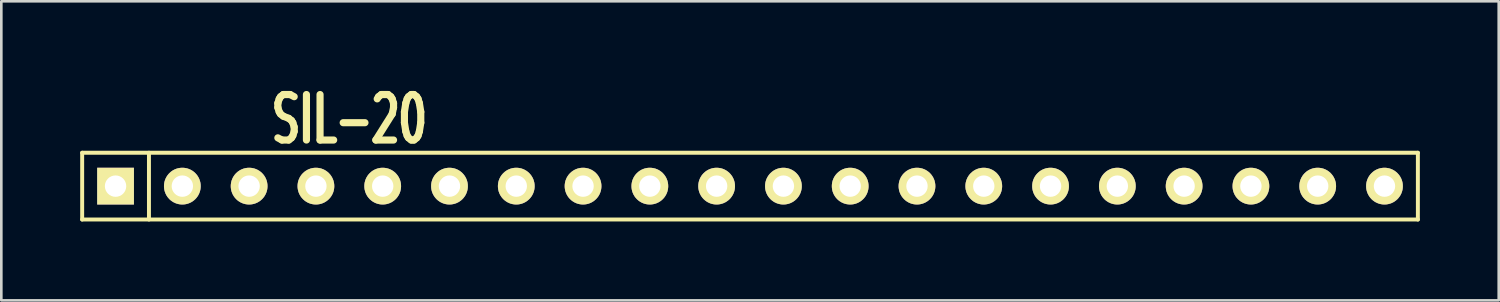
<source format=kicad_pcb>
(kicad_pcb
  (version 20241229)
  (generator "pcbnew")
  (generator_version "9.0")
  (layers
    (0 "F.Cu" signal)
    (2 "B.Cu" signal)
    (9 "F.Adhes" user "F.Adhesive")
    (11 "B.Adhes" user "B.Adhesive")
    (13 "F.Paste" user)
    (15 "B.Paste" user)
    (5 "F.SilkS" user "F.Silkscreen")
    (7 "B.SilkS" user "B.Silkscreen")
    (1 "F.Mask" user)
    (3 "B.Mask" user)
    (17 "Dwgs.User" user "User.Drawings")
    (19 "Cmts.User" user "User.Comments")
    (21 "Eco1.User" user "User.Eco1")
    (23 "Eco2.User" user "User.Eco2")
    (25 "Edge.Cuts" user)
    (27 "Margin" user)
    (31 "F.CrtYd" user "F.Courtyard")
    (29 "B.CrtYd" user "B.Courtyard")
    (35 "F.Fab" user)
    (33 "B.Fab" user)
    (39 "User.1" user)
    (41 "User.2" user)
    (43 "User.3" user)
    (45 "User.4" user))
  (footprint "SIL-20"
    (layer "F.Cu")
    (at 22.935 4.029)
    (property "Reference" "SIL-20" (at -12.7 -2.54 0) (layer "F.SilkS") (effects (font (size 1.73 1.087) (thickness 0.272))))
    (attr through_hole)
    (fp_line (start -22.86 -1.27) (end 27.94 -1.27) (stroke (width 0.15) (type solid)) (layer "F.SilkS"))
    (fp_line (start -22.86 1.27) (end -22.86 -1.27) (stroke (width 0.15) (type solid)) (layer "F.SilkS"))
    (fp_line (start -20.32 -1.27) (end -20.32 1.27) (stroke (width 0.15) (type solid)) (layer "F.SilkS"))
    (fp_line (start 27.94 -1.27) (end 27.94 1.27) (stroke (width 0.15) (type solid)) (layer "F.SilkS"))
    (fp_line (start 27.94 1.27) (end -22.86 1.27) (stroke (width 0.15) (type solid)) (layer "F.SilkS"))
    (pad "1" thru_hole rect (at -21.59 0) (size 1.397 1.397) (drill 0.813) (layers "*.Cu" "*.Mask" "F.SilkS"))
    (pad "2" thru_hole circle (at -19.05 0) (size 1.397 1.397) (drill 0.813) (layers "*.Cu" "*.Mask" "F.SilkS"))
    (pad "3" thru_hole circle (at -16.51 0) (size 1.397 1.397) (drill 0.813) (layers "*.Cu" "*.Mask" "F.SilkS"))
    (pad "4" thru_hole circle (at -13.97 0) (size 1.397 1.397) (drill 0.813) (layers "*.Cu" "*.Mask" "F.SilkS"))
    (pad "5" thru_hole circle (at -11.43 0) (size 1.397 1.397) (drill 0.813) (layers "*.Cu" "*.Mask" "F.SilkS"))
    (pad "6" thru_hole circle (at -8.89 0) (size 1.397 1.397) (drill 0.813) (layers "*.Cu" "*.Mask" "F.SilkS"))
    (pad "7" thru_hole circle (at -6.35 0) (size 1.397 1.397) (drill 0.813) (layers "*.Cu" "*.Mask" "F.SilkS"))
    (pad "8" thru_hole circle (at -3.81 0) (size 1.397 1.397) (drill 0.813) (layers "*.Cu" "*.Mask" "F.SilkS"))
    (pad "9" thru_hole circle (at -1.27 0) (size 1.397 1.397) (drill 0.813) (layers "*.Cu" "*.Mask" "F.SilkS"))
    (pad "10" thru_hole circle (at 1.27 0) (size 1.397 1.397) (drill 0.813) (layers "*.Cu" "*.Mask" "F.SilkS"))
    (pad "11" thru_hole circle (at 3.81 0) (size 1.397 1.397) (drill 0.813) (layers "*.Cu" "*.Mask" "F.SilkS"))
    (pad "12" thru_hole circle (at 6.35 0) (size 1.397 1.397) (drill 0.813) (layers "*.Cu" "*.Mask" "F.SilkS"))
    (pad "13" thru_hole circle (at 8.89 0) (size 1.397 1.397) (drill 0.813) (layers "*.Cu" "*.Mask" "F.SilkS"))
    (pad "14" thru_hole circle (at 11.43 0) (size 1.397 1.397) (drill 0.813) (layers "*.Cu" "*.Mask" "F.SilkS"))
    (pad "15" thru_hole circle (at 13.97 0) (size 1.397 1.397) (drill 0.813) (layers "*.Cu" "*.Mask" "F.SilkS"))
    (pad "16" thru_hole circle (at 16.51 0) (size 1.397 1.397) (drill 0.813) (layers "*.Cu" "*.Mask" "F.SilkS"))
    (pad "17" thru_hole circle (at 19.05 0) (size 1.397 1.397) (drill 0.813) (layers "*.Cu" "*.Mask" "F.SilkS"))
    (pad "18" thru_hole circle (at 21.59 0) (size 1.397 1.397) (drill 0.813) (layers "*.Cu" "*.Mask" "F.SilkS"))
    (pad "19" thru_hole circle (at 24.13 0) (size 1.397 1.397) (drill 0.813) (layers "*.Cu" "*.Mask" "F.SilkS"))
    (pad "20" thru_hole circle (at 26.67 0) (size 1.397 1.397) (drill 0.813) (layers "*.Cu" "*.Mask" "F.SilkS")))
  (gr_rect
    (start -3 -3)
    (end 53.95 8.374)
    (stroke (width 0.1) (type default))
    (fill no)
    (layer "Edge.Cuts")))
</source>
